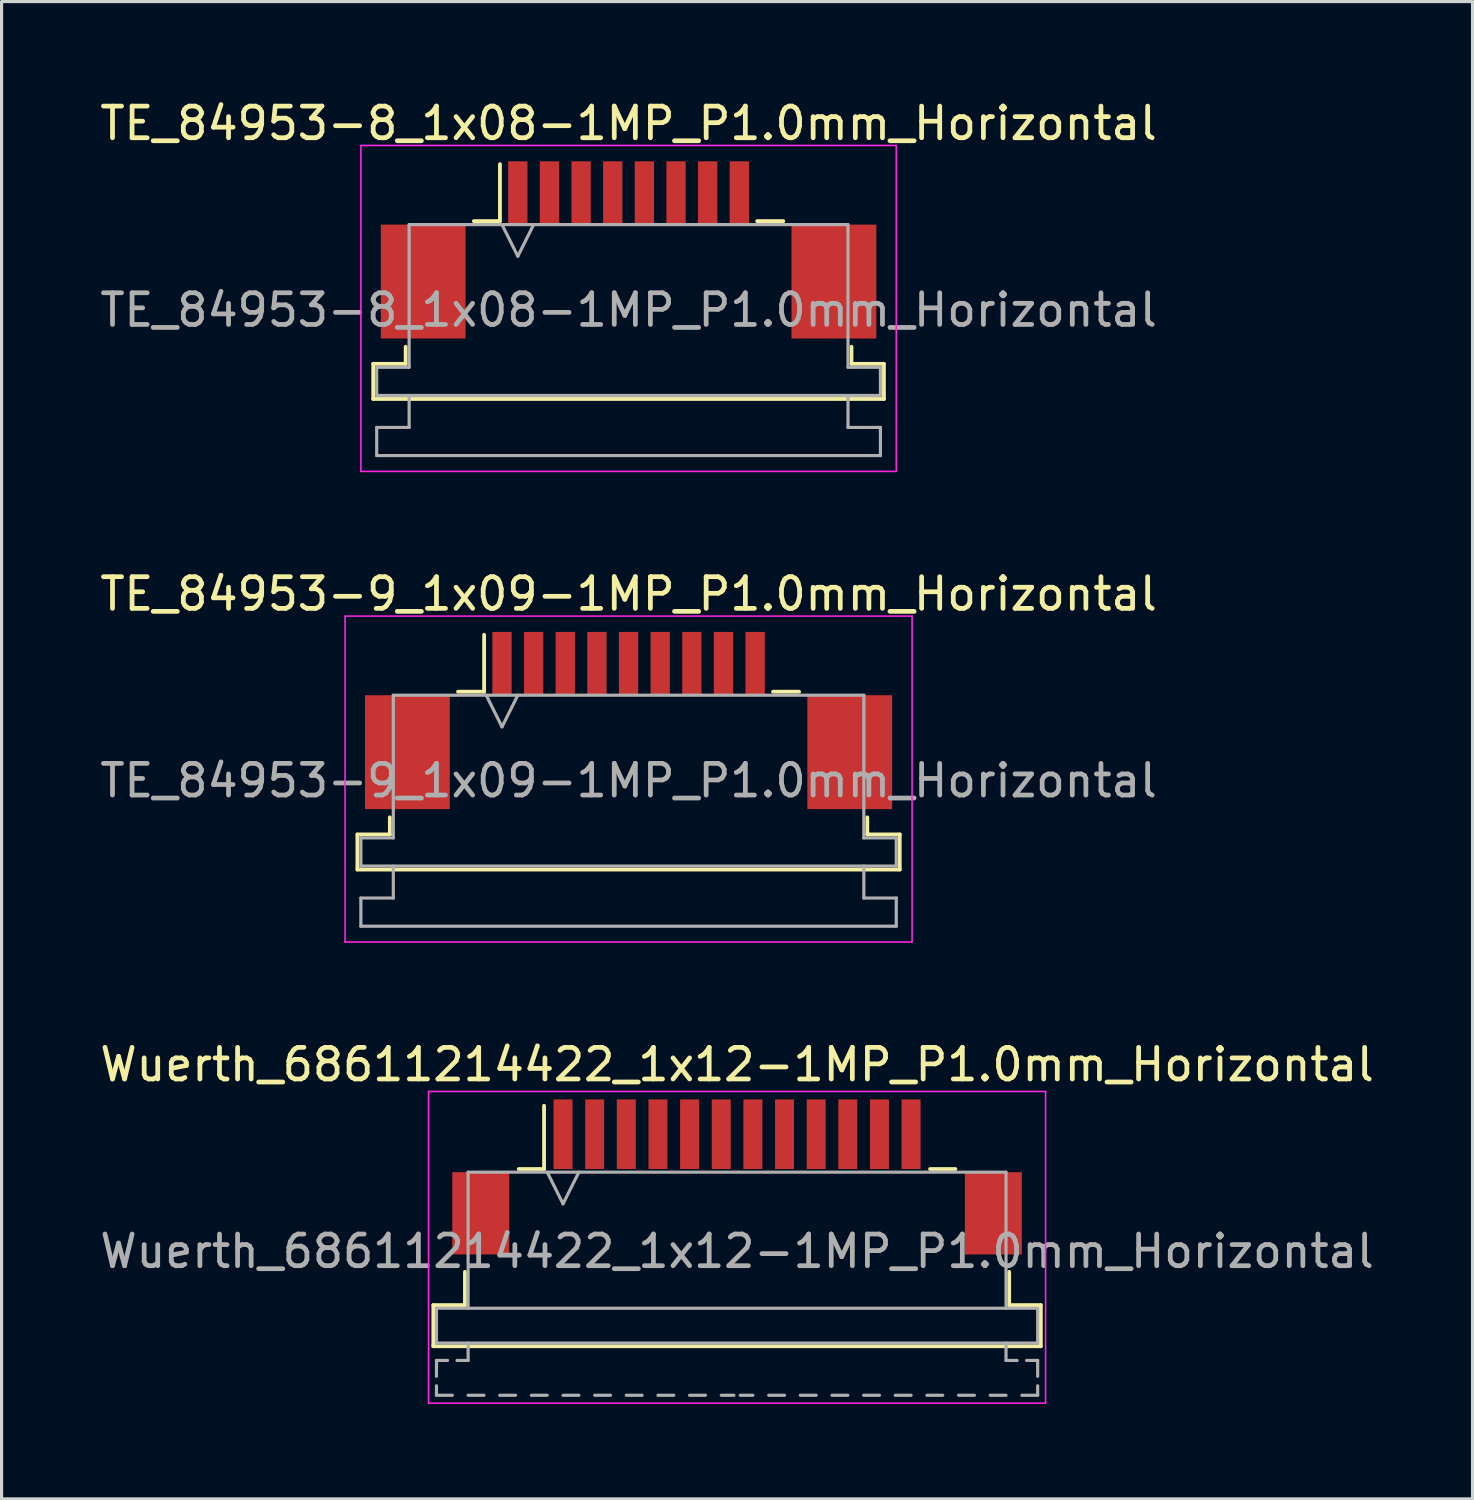
<source format=kicad_pcb>
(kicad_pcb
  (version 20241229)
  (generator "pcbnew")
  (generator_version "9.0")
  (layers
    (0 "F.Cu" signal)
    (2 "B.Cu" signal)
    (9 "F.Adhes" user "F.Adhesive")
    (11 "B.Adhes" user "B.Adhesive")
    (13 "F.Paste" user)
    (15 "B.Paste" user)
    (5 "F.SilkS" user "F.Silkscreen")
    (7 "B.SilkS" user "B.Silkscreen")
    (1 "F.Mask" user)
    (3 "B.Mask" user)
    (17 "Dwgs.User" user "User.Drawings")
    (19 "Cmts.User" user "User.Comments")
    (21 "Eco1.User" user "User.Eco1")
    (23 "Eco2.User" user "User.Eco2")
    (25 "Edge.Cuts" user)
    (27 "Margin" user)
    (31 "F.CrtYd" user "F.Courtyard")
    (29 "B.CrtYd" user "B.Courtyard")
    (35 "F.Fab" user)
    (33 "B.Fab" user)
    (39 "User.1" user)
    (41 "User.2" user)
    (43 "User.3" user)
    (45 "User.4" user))
  (footprint "TE_84953-8_1x08-1MP_P1.0mm_Horizontal"
    (layer "F.Cu")
    (at 16.815 4.848)
    (property "Reference" "TE_84953-8_1x08-1MP_P1.0mm_Horizontal" (at 0 -4 0) (layer "F.SilkS") (effects (font (size 1 1) (thickness 0.15))))
    (attr smd)
    (fp_line (start -8.07 3.6) (end -7.045 3.6) (stroke (width 0.12) (type solid)) (layer "F.SilkS"))
    (fp_line (start -8.07 4.71) (end -8.07 3.6) (stroke (width 0.12) (type solid)) (layer "F.SilkS"))
    (fp_line (start -7.045 3.6) (end -7.045 3.06) (stroke (width 0.12) (type solid)) (layer "F.SilkS"))
    (fp_line (start -4.89 -0.91) (end -4.065 -0.91) (stroke (width 0.12) (type solid)) (layer "F.SilkS"))
    (fp_line (start -4.065 -0.91) (end -4.065 -2.71) (stroke (width 0.12) (type solid)) (layer "F.SilkS"))
    (fp_line (start 4.065 -0.91) (end 4.89 -0.91) (stroke (width 0.12) (type solid)) (layer "F.SilkS"))
    (fp_line (start 7.045 3.06) (end 7.045 3.6) (stroke (width 0.12) (type solid)) (layer "F.SilkS"))
    (fp_line (start 7.045 3.6) (end 8.07 3.6) (stroke (width 0.12) (type solid)) (layer "F.SilkS"))
    (fp_line (start 8.07 3.6) (end 8.07 4.71) (stroke (width 0.12) (type solid)) (layer "F.SilkS"))
    (fp_line (start 8.07 4.71) (end -8.07 4.71) (stroke (width 0.12) (type solid)) (layer "F.SilkS"))
    (fp_line (start -8.46 -3.3) (end -8.46 7) (stroke (width 0.05) (type solid)) (layer "F.CrtYd"))
    (fp_line (start -8.46 7) (end 8.46 7) (stroke (width 0.05) (type solid)) (layer "F.CrtYd"))
    (fp_line (start 8.46 -3.3) (end -8.46 -3.3) (stroke (width 0.05) (type solid)) (layer "F.CrtYd"))
    (fp_line (start 8.46 7) (end 8.46 -3.3) (stroke (width 0.05) (type solid)) (layer "F.CrtYd"))
    (fp_line (start -7.96 3.71) (end -6.935 3.71) (stroke (width 0.1) (type solid)) (layer "F.Fab"))
    (fp_line (start -7.96 4.6) (end -7.96 3.71) (stroke (width 0.1) (type solid)) (layer "F.Fab"))
    (fp_line (start -7.96 5.61) (end -6.935 5.61) (stroke (width 0.1) (type solid)) (layer "F.Fab"))
    (fp_line (start -7.96 6.5) (end -7.96 5.61) (stroke (width 0.1) (type solid)) (layer "F.Fab"))
    (fp_line (start -6.935 -0.8) (end 6.935 -0.8) (stroke (width 0.1) (type solid)) (layer "F.Fab"))
    (fp_line (start -6.935 3.71) (end -6.935 -0.8) (stroke (width 0.1) (type solid)) (layer "F.Fab"))
    (fp_line (start -6.935 5.61) (end -6.935 4.6) (stroke (width 0.1) (type solid)) (layer "F.Fab"))
    (fp_line (start -4 -0.8) (end -3.5 0.2) (stroke (width 0.1) (type solid)) (layer "F.Fab"))
    (fp_line (start -3.5 0.2) (end -3 -0.8) (stroke (width 0.1) (type solid)) (layer "F.Fab"))
    (fp_line (start 6.935 -0.8) (end 6.935 3.71) (stroke (width 0.1) (type solid)) (layer "F.Fab"))
    (fp_line (start 6.935 3.71) (end 7.96 3.71) (stroke (width 0.1) (type solid)) (layer "F.Fab"))
    (fp_line (start 6.935 4.6) (end 6.935 5.61) (stroke (width 0.1) (type solid)) (layer "F.Fab"))
    (fp_line (start 6.935 5.61) (end 7.96 5.61) (stroke (width 0.1) (type solid)) (layer "F.Fab"))
    (fp_line (start 7.96 3.71) (end 7.96 4.6) (stroke (width 0.1) (type solid)) (layer "F.Fab"))
    (fp_line (start 7.96 4.6) (end -7.96 4.6) (stroke (width 0.1) (type solid)) (layer "F.Fab"))
    (fp_line (start 7.96 5.61) (end 7.96 6.5) (stroke (width 0.1) (type solid)) (layer "F.Fab"))
    (fp_line (start 7.96 6.5) (end -7.96 6.5) (stroke (width 0.1) (type solid)) (layer "F.Fab"))
    (fp_text user "${REFERENCE}" (at 0 1.9 0) (layer "F.Fab") (effects (font (size 1 1) (thickness 0.15))))
    (pad "1" smd rect (at -3.5 -1.8) (size 0.61 2) (layers "F.Cu" "F.Mask" "F.Paste"))
    (pad "2" smd rect (at -2.5 -1.8) (size 0.61 2) (layers "F.Cu" "F.Mask" "F.Paste"))
    (pad "3" smd rect (at -1.5 -1.8) (size 0.61 2) (layers "F.Cu" "F.Mask" "F.Paste"))
    (pad "4" smd rect (at -0.5 -1.8) (size 0.61 2) (layers "F.Cu" "F.Mask" "F.Paste"))
    (pad "5" smd rect (at 0.5 -1.8) (size 0.61 2) (layers "F.Cu" "F.Mask" "F.Paste"))
    (pad "6" smd rect (at 1.5 -1.8) (size 0.61 2) (layers "F.Cu" "F.Mask" "F.Paste"))
    (pad "7" smd rect (at 2.5 -1.8) (size 0.61 2) (layers "F.Cu" "F.Mask" "F.Paste"))
    (pad "8" smd rect (at 3.5 -1.8) (size 0.61 2) (layers "F.Cu" "F.Mask" "F.Paste"))
    (pad "MP" smd rect (at -6.49 1) (size 2.68 3.6) (layers "F.Cu" "F.Mask" "F.Paste"))
    (pad "MP" smd rect (at 6.49 1) (size 2.68 3.6) (layers "F.Cu" "F.Mask" "F.Paste")))
  (footprint "Wuerth_68611214422_1x12-1MP_P1.0mm_Horizontal"
    (layer "F.Cu")
    (at 20.244 34.145)
    (property "Reference" "Wuerth_68611214422_1x12-1MP_P1.0mm_Horizontal" (at 0 -3.55 0) (layer "F.SilkS") (effects (font (size 1 1) (thickness 0.15))))
    (attr smd)
    (fp_line (start -9.6 4.05) (end -8.6 4.05) (stroke (width 0.12) (type solid)) (layer "F.SilkS"))
    (fp_line (start -9.6 5.35) (end -9.6 4.05) (stroke (width 0.12) (type solid)) (layer "F.SilkS"))
    (fp_line (start -8.6 4.05) (end -8.6 3) (stroke (width 0.12) (type solid)) (layer "F.SilkS"))
    (fp_line (start -6.9 -0.25) (end -6.1 -0.25) (stroke (width 0.12) (type solid)) (layer "F.SilkS"))
    (fp_line (start -6.1 -0.25) (end -6.1 -2.25) (stroke (width 0.12) (type solid)) (layer "F.SilkS"))
    (fp_line (start 6.1 -0.25) (end 6.9 -0.25) (stroke (width 0.12) (type solid)) (layer "F.SilkS"))
    (fp_line (start 8.6 3) (end 8.6 4.05) (stroke (width 0.12) (type solid)) (layer "F.SilkS"))
    (fp_line (start 8.6 4.05) (end 9.6 4.05) (stroke (width 0.12) (type solid)) (layer "F.SilkS"))
    (fp_line (start 9.6 4.05) (end 9.6 5.35) (stroke (width 0.12) (type solid)) (layer "F.SilkS"))
    (fp_line (start 9.6 5.35) (end -9.6 5.35) (stroke (width 0.12) (type solid)) (layer "F.SilkS"))
    (fp_line (start -9.75 -2.7) (end -9.75 7.15) (stroke (width 0.05) (type solid)) (layer "F.CrtYd"))
    (fp_line (start -9.75 7.15) (end 9.75 7.15) (stroke (width 0.05) (type solid)) (layer "F.CrtYd"))
    (fp_line (start 9.75 -2.7) (end -9.75 -2.7) (stroke (width 0.05) (type solid)) (layer "F.CrtYd"))
    (fp_line (start 9.75 7.15) (end 9.75 -2.7) (stroke (width 0.05) (type solid)) (layer "F.CrtYd"))
    (fp_line (start -9.5 4.15) (end 9.5 4.15) (stroke (width 0.1) (type solid)) (layer "F.Fab"))
    (fp_line (start -9.5 5.25) (end -9.5 4.16) (stroke (width 0.1) (type solid)) (layer "F.Fab"))
    (fp_line (start -9.5 5.8) (end -9.15 5.8) (stroke (width 0.1) (type solid)) (layer "F.Fab"))
    (fp_line (start -9.5 6.3) (end -9.5 5.8) (stroke (width 0.1) (type solid)) (layer "F.Fab"))
    (fp_line (start -9.5 6.9) (end -9.5 6.6) (stroke (width 0.1) (type solid)) (layer "F.Fab"))
    (fp_line (start -9 6.9) (end -9.5 6.9) (stroke (width 0.1) (type solid)) (layer "F.Fab"))
    (fp_line (start -8.85 5.8) (end -8.5 5.8) (stroke (width 0.1) (type solid)) (layer "F.Fab"))
    (fp_line (start -8.5 -0.15) (end 8.5 -0.15) (stroke (width 0.1) (type solid)) (layer "F.Fab"))
    (fp_line (start -8.5 4.15) (end -8.5 -0.15) (stroke (width 0.1) (type solid)) (layer "F.Fab"))
    (fp_line (start -8.5 5.8) (end -8.5 5.25) (stroke (width 0.1) (type solid)) (layer "F.Fab"))
    (fp_line (start -8 6.9) (end -8.5 6.9) (stroke (width 0.1) (type solid)) (layer "F.Fab"))
    (fp_line (start -7 6.9) (end -7.5 6.9) (stroke (width 0.1) (type solid)) (layer "F.Fab"))
    (fp_line (start -6 -0.15) (end -5.5 0.85) (stroke (width 0.1) (type solid)) (layer "F.Fab"))
    (fp_line (start -6 6.9) (end -6.5 6.9) (stroke (width 0.1) (type solid)) (layer "F.Fab"))
    (fp_line (start -5.5 0.85) (end -5 -0.15) (stroke (width 0.1) (type solid)) (layer "F.Fab"))
    (fp_line (start -5 6.9) (end -5.5 6.9) (stroke (width 0.1) (type solid)) (layer "F.Fab"))
    (fp_line (start -4 6.9) (end -4.5 6.9) (stroke (width 0.1) (type solid)) (layer "F.Fab"))
    (fp_line (start -3 6.9) (end -3.5 6.9) (stroke (width 0.1) (type solid)) (layer "F.Fab"))
    (fp_line (start -2 6.9) (end -2.5 6.9) (stroke (width 0.1) (type solid)) (layer "F.Fab"))
    (fp_line (start -1 6.9) (end -1.5 6.9) (stroke (width 0.1) (type solid)) (layer "F.Fab"))
    (fp_line (start -0.1 6.9) (end -0.5 6.9) (stroke (width 0.1) (type solid)) (layer "F.Fab"))
    (fp_line (start 0.1 6.9) (end 0.5 6.9) (stroke (width 0.1) (type solid)) (layer "F.Fab"))
    (fp_line (start 1 6.9) (end 1.5 6.9) (stroke (width 0.1) (type solid)) (layer "F.Fab"))
    (fp_line (start 2 6.9) (end 2.5 6.9) (stroke (width 0.1) (type solid)) (layer "F.Fab"))
    (fp_line (start 3 6.9) (end 3.5 6.9) (stroke (width 0.1) (type solid)) (layer "F.Fab"))
    (fp_line (start 4 6.9) (end 4.5 6.9) (stroke (width 0.1) (type solid)) (layer "F.Fab"))
    (fp_line (start 5 6.9) (end 5.5 6.9) (stroke (width 0.1) (type solid)) (layer "F.Fab"))
    (fp_line (start 6 6.9) (end 6.5 6.9) (stroke (width 0.1) (type solid)) (layer "F.Fab"))
    (fp_line (start 7 6.9) (end 7.5 6.9) (stroke (width 0.1) (type solid)) (layer "F.Fab"))
    (fp_line (start 8 6.9) (end 8.5 6.9) (stroke (width 0.1) (type solid)) (layer "F.Fab"))
    (fp_line (start 8.5 -0.15) (end 8.5 4.15) (stroke (width 0.1) (type solid)) (layer "F.Fab"))
    (fp_line (start 8.5 5.25) (end 8.5 5.8) (stroke (width 0.1) (type solid)) (layer "F.Fab"))
    (fp_line (start 8.85 5.8) (end 8.5 5.8) (stroke (width 0.1) (type solid)) (layer "F.Fab"))
    (fp_line (start 9 6.9) (end 9.5 6.9) (stroke (width 0.1) (type solid)) (layer "F.Fab"))
    (fp_line (start 9.15 5.8) (end 9.5 5.8) (stroke (width 0.1) (type solid)) (layer "F.Fab"))
    (fp_line (start 9.5 4.16) (end 9.5 5.25) (stroke (width 0.1) (type solid)) (layer "F.Fab"))
    (fp_line (start 9.5 5.25) (end -9.5 5.25) (stroke (width 0.1) (type solid)) (layer "F.Fab"))
    (fp_line (start 9.5 5.8) (end 9.5 6.3) (stroke (width 0.1) (type solid)) (layer "F.Fab"))
    (fp_line (start 9.5 6.6) (end 9.5 6.9) (stroke (width 0.1) (type solid)) (layer "F.Fab"))
    (fp_text user "${REFERENCE}" (at 0 2.35 0) (layer "F.Fab") (effects (font (size 1 1) (thickness 0.15))))
    (pad "1" smd rect (at -5.5 -1.35) (size 0.6 2.2) (layers "F.Cu" "F.Mask" "F.Paste"))
    (pad "2" smd rect (at -4.5 -1.35) (size 0.6 2.2) (layers "F.Cu" "F.Mask" "F.Paste"))
    (pad "3" smd rect (at -3.5 -1.35) (size 0.6 2.2) (layers "F.Cu" "F.Mask" "F.Paste"))
    (pad "4" smd rect (at -2.5 -1.35) (size 0.6 2.2) (layers "F.Cu" "F.Mask" "F.Paste"))
    (pad "5" smd rect (at -1.5 -1.35) (size 0.6 2.2) (layers "F.Cu" "F.Mask" "F.Paste"))
    (pad "6" smd rect (at -0.5 -1.35) (size 0.6 2.2) (layers "F.Cu" "F.Mask" "F.Paste"))
    (pad "7" smd rect (at 0.5 -1.35) (size 0.6 2.2) (layers "F.Cu" "F.Mask" "F.Paste"))
    (pad "8" smd rect (at 1.5 -1.35) (size 0.6 2.2) (layers "F.Cu" "F.Mask" "F.Paste"))
    (pad "9" smd rect (at 2.5 -1.35) (size 0.6 2.2) (layers "F.Cu" "F.Mask" "F.Paste"))
    (pad "10" smd rect (at 3.5 -1.35) (size 0.6 2.2) (layers "F.Cu" "F.Mask" "F.Paste"))
    (pad "11" smd rect (at 4.5 -1.35) (size 0.6 2.2) (layers "F.Cu" "F.Mask" "F.Paste"))
    (pad "12" smd rect (at 5.5 -1.35) (size 0.6 2.2) (layers "F.Cu" "F.Mask" "F.Paste"))
    (pad "MP" smd rect (at -8.1 1.15) (size 1.8 2.6) (layers "F.Cu" "F.Mask" "F.Paste"))
    (pad "MP" smd rect (at 8.1 1.15) (size 1.8 2.6) (layers "F.Cu" "F.Mask" "F.Paste")))
  (footprint "TE_84953-9_1x09-1MP_P1.0mm_Horizontal"
    (layer "F.Cu")
    (at 16.815 19.721)
    (property "Reference" "TE_84953-9_1x09-1MP_P1.0mm_Horizontal" (at 0 -4 0) (layer "F.SilkS") (effects (font (size 1 1) (thickness 0.15))))
    (attr smd)
    (fp_line (start -8.57 3.6) (end -7.545 3.6) (stroke (width 0.12) (type solid)) (layer "F.SilkS"))
    (fp_line (start -8.57 4.71) (end -8.57 3.6) (stroke (width 0.12) (type solid)) (layer "F.SilkS"))
    (fp_line (start -7.545 3.6) (end -7.545 3.06) (stroke (width 0.12) (type solid)) (layer "F.SilkS"))
    (fp_line (start -5.39 -0.91) (end -4.565 -0.91) (stroke (width 0.12) (type solid)) (layer "F.SilkS"))
    (fp_line (start -4.565 -0.91) (end -4.565 -2.71) (stroke (width 0.12) (type solid)) (layer "F.SilkS"))
    (fp_line (start 4.565 -0.91) (end 5.39 -0.91) (stroke (width 0.12) (type solid)) (layer "F.SilkS"))
    (fp_line (start 7.545 3.06) (end 7.545 3.6) (stroke (width 0.12) (type solid)) (layer "F.SilkS"))
    (fp_line (start 7.545 3.6) (end 8.57 3.6) (stroke (width 0.12) (type solid)) (layer "F.SilkS"))
    (fp_line (start 8.57 3.6) (end 8.57 4.71) (stroke (width 0.12) (type solid)) (layer "F.SilkS"))
    (fp_line (start 8.57 4.71) (end -8.57 4.71) (stroke (width 0.12) (type solid)) (layer "F.SilkS"))
    (fp_line (start -8.96 -3.3) (end -8.96 7) (stroke (width 0.05) (type solid)) (layer "F.CrtYd"))
    (fp_line (start -8.96 7) (end 8.96 7) (stroke (width 0.05) (type solid)) (layer "F.CrtYd"))
    (fp_line (start 8.96 -3.3) (end -8.96 -3.3) (stroke (width 0.05) (type solid)) (layer "F.CrtYd"))
    (fp_line (start 8.96 7) (end 8.96 -3.3) (stroke (width 0.05) (type solid)) (layer "F.CrtYd"))
    (fp_line (start -8.46 3.71) (end -7.435 3.71) (stroke (width 0.1) (type solid)) (layer "F.Fab"))
    (fp_line (start -8.46 4.6) (end -8.46 3.71) (stroke (width 0.1) (type solid)) (layer "F.Fab"))
    (fp_line (start -8.46 5.61) (end -7.435 5.61) (stroke (width 0.1) (type solid)) (layer "F.Fab"))
    (fp_line (start -8.46 6.5) (end -8.46 5.61) (stroke (width 0.1) (type solid)) (layer "F.Fab"))
    (fp_line (start -7.435 -0.8) (end 7.435 -0.8) (stroke (width 0.1) (type solid)) (layer "F.Fab"))
    (fp_line (start -7.435 3.71) (end -7.435 -0.8) (stroke (width 0.1) (type solid)) (layer "F.Fab"))
    (fp_line (start -7.435 5.61) (end -7.435 4.6) (stroke (width 0.1) (type solid)) (layer "F.Fab"))
    (fp_line (start -4.5 -0.8) (end -4 0.2) (stroke (width 0.1) (type solid)) (layer "F.Fab"))
    (fp_line (start -4 0.2) (end -3.5 -0.8) (stroke (width 0.1) (type solid)) (layer "F.Fab"))
    (fp_line (start 7.435 -0.8) (end 7.435 3.71) (stroke (width 0.1) (type solid)) (layer "F.Fab"))
    (fp_line (start 7.435 3.71) (end 8.46 3.71) (stroke (width 0.1) (type solid)) (layer "F.Fab"))
    (fp_line (start 7.435 4.6) (end 7.435 5.61) (stroke (width 0.1) (type solid)) (layer "F.Fab"))
    (fp_line (start 7.435 5.61) (end 8.46 5.61) (stroke (width 0.1) (type solid)) (layer "F.Fab"))
    (fp_line (start 8.46 3.71) (end 8.46 4.6) (stroke (width 0.1) (type solid)) (layer "F.Fab"))
    (fp_line (start 8.46 4.6) (end -8.46 4.6) (stroke (width 0.1) (type solid)) (layer "F.Fab"))
    (fp_line (start 8.46 5.61) (end 8.46 6.5) (stroke (width 0.1) (type solid)) (layer "F.Fab"))
    (fp_line (start 8.46 6.5) (end -8.46 6.5) (stroke (width 0.1) (type solid)) (layer "F.Fab"))
    (fp_text user "${REFERENCE}" (at 0 1.9 0) (layer "F.Fab") (effects (font (size 1 1) (thickness 0.15))))
    (pad "1" smd rect (at -4 -1.8) (size 0.61 2) (layers "F.Cu" "F.Mask" "F.Paste"))
    (pad "2" smd rect (at -3 -1.8) (size 0.61 2) (layers "F.Cu" "F.Mask" "F.Paste"))
    (pad "3" smd rect (at -2 -1.8) (size 0.61 2) (layers "F.Cu" "F.Mask" "F.Paste"))
    (pad "4" smd rect (at -1 -1.8) (size 0.61 2) (layers "F.Cu" "F.Mask" "F.Paste"))
    (pad "5" smd rect (at 0 -1.8) (size 0.61 2) (layers "F.Cu" "F.Mask" "F.Paste"))
    (pad "6" smd rect (at 1 -1.8) (size 0.61 2) (layers "F.Cu" "F.Mask" "F.Paste"))
    (pad "7" smd rect (at 2 -1.8) (size 0.61 2) (layers "F.Cu" "F.Mask" "F.Paste"))
    (pad "8" smd rect (at 3 -1.8) (size 0.61 2) (layers "F.Cu" "F.Mask" "F.Paste"))
    (pad "9" smd rect (at 4 -1.8) (size 0.61 2) (layers "F.Cu" "F.Mask" "F.Paste"))
    (pad "MP" smd rect (at -6.99 1) (size 2.68 3.6) (layers "F.Cu" "F.Mask" "F.Paste"))
    (pad "MP" smd rect (at 6.99 1) (size 2.68 3.6) (layers "F.Cu" "F.Mask" "F.Paste")))
  (gr_rect
    (start -3 -3)
    (end 43.488 44.32)
    (stroke (width 0.1) (type default))
    (fill no)
    (layer "Edge.Cuts")))
</source>
